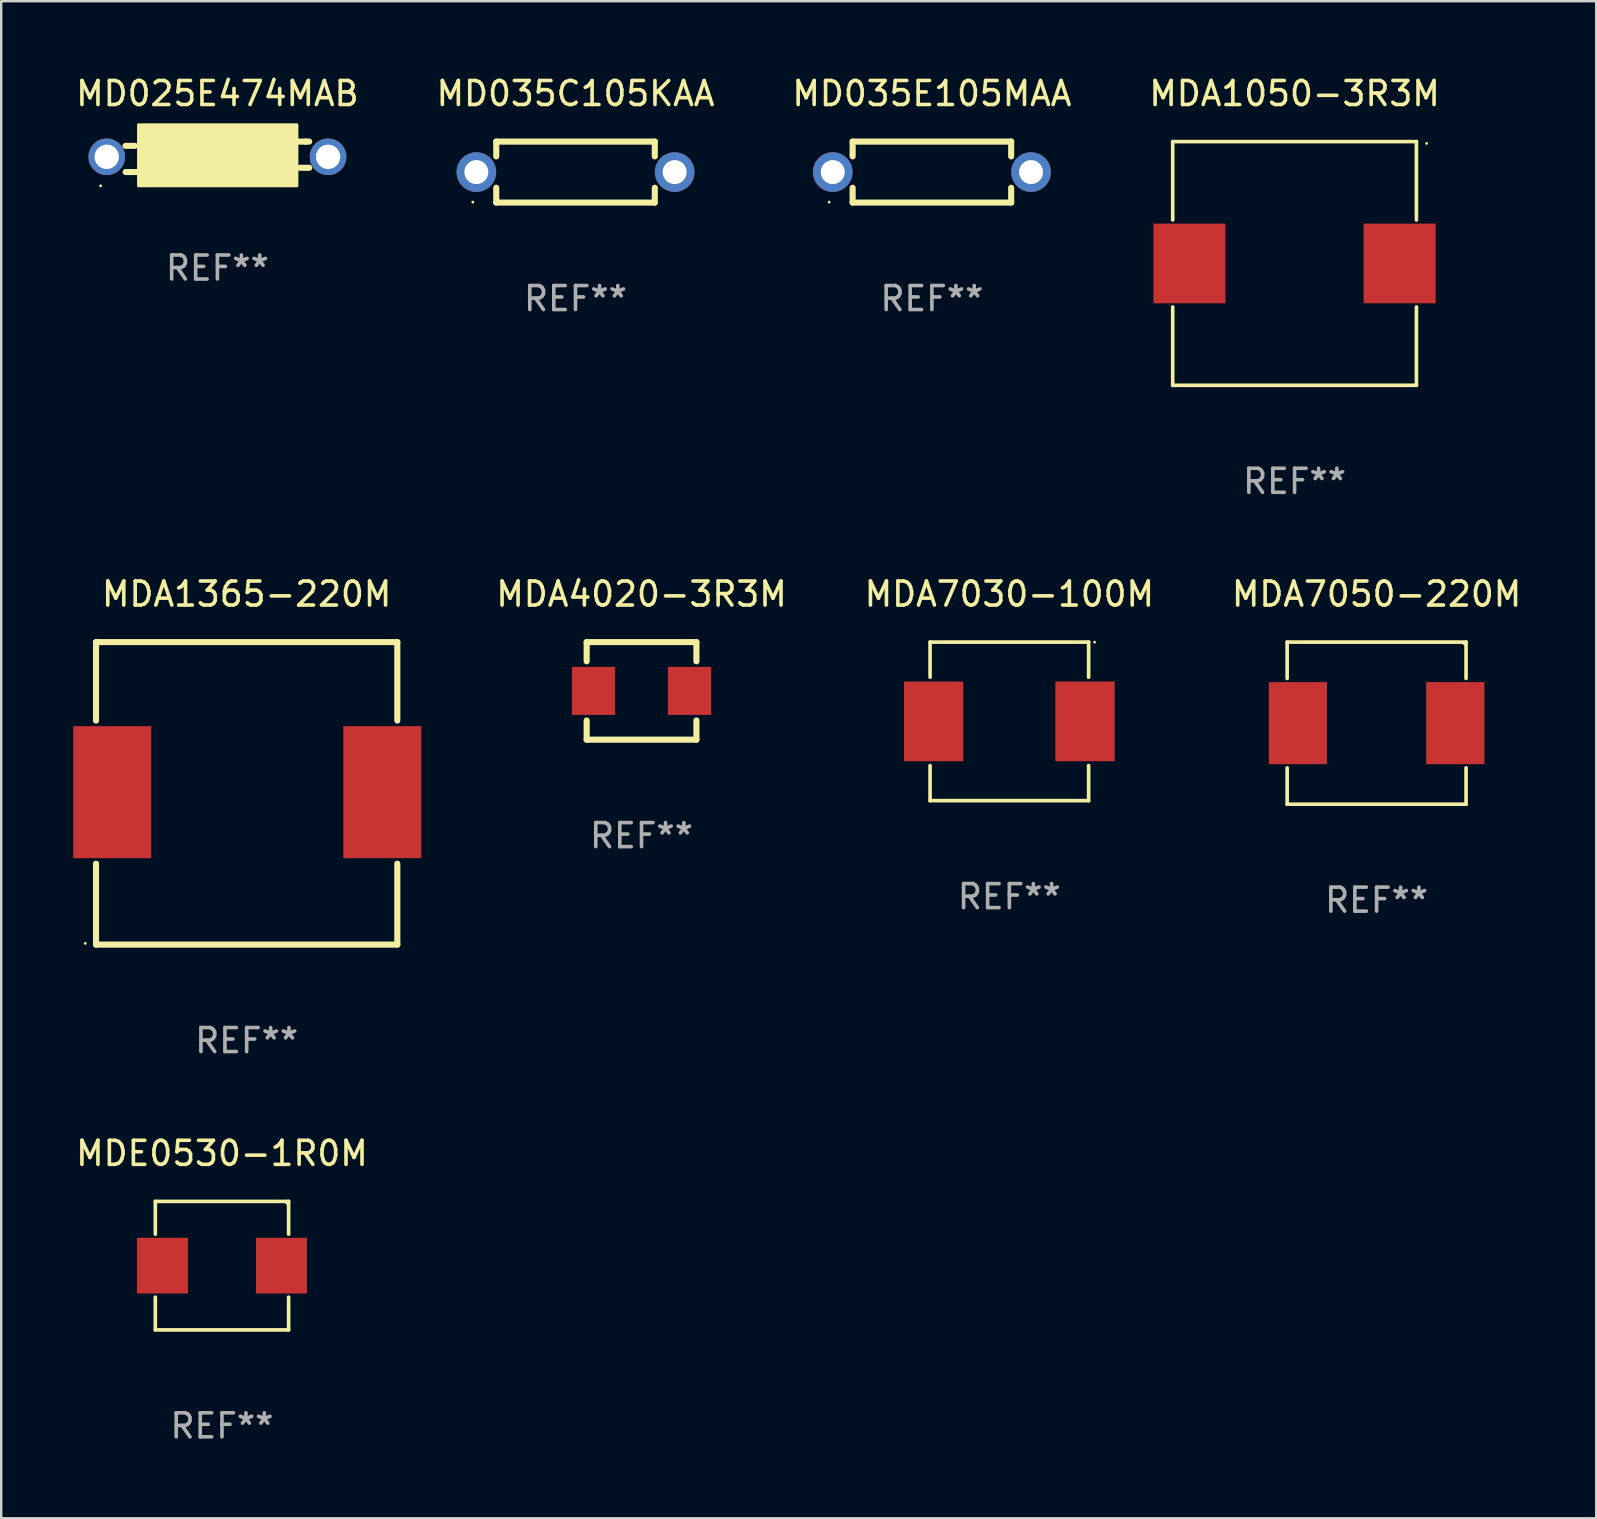
<source format=kicad_pcb>
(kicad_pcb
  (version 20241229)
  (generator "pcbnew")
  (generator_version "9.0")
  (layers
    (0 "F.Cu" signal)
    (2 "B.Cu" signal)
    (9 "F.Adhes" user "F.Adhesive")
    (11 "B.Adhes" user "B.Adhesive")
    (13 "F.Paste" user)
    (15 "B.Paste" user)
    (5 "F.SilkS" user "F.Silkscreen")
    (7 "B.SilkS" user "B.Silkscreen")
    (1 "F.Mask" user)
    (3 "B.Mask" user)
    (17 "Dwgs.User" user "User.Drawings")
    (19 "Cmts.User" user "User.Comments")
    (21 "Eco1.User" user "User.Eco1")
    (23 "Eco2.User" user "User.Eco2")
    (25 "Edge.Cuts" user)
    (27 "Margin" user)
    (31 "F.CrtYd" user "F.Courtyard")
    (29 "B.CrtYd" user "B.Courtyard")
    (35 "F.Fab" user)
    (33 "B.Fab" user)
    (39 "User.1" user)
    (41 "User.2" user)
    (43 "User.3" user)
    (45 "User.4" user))
  (footprint "MD035C105KAA"
    (layer "F.Cu")
    (at 20.923 4.118)
    (property "Reference" "MD035C105KAA" (at 0 -3.27 0) (layer "F.SilkS") (effects (font (size 1 1) (thickness 0.15))))
    (attr through_hole)
    (fp_line (start -3.302 -1.27) (end -3.302 -0.654) (stroke (width 0.254) (type solid)) (layer "F.SilkS"))
    (fp_line (start -3.302 0.654) (end -3.302 1.27) (stroke (width 0.254) (type solid)) (layer "F.SilkS"))
    (fp_line (start -3.302 1.27) (end 3.302 1.27) (stroke (width 0.254) (type solid)) (layer "F.SilkS"))
    (fp_line (start 3.302 -1.27) (end -3.302 -1.27) (stroke (width 0.254) (type solid)) (layer "F.SilkS"))
    (fp_line (start 3.302 -0.654) (end 3.302 -1.27) (stroke (width 0.254) (type solid)) (layer "F.SilkS"))
    (fp_line (start 3.302 1.27) (end 3.302 0.654) (stroke (width 0.254) (type solid)) (layer "F.SilkS"))
    (fp_circle (center -4.28 1.25) (end -4.25 1.25) (stroke (width 0.06) (type solid)) (fill no) (layer "F.SilkS"))
    (fp_text user "REF**" (at 0 5.27 0) (layer "F.Fab") (effects (font (size 1 1) (thickness 0.15))))
    (pad "1" thru_hole circle (at -4.13 0) (size 1.65 1.65) (drill 1) (layers "*.Cu" "*.Mask"))
    (pad "2" thru_hole circle (at 4.13 0) (size 1.65 1.65) (drill 1) (layers "*.Cu" "*.Mask")))
  (footprint "MDE0530-1R0M"
    (layer "F.Cu")
    (at 6.196 49.67)
    (property "Reference" "MDE0530-1R0M" (at 0 -4.676 0) (layer "F.SilkS") (effects (font (size 1 1) (thickness 0.15))))
    (attr through_hole)
    (fp_line (start -2.776 -2.676) (end 2.776 -2.676) (stroke (width 0.152) (type solid)) (layer "F.SilkS"))
    (fp_line (start -2.776 -1.312) (end -2.776 -2.676) (stroke (width 0.152) (type solid)) (layer "F.SilkS"))
    (fp_line (start -2.776 1.312) (end -2.776 2.676) (stroke (width 0.152) (type solid)) (layer "F.SilkS"))
    (fp_line (start -2.776 2.676) (end 2.776 2.676) (stroke (width 0.152) (type solid)) (layer "F.SilkS"))
    (fp_line (start 2.776 -2.676) (end 2.776 -1.312) (stroke (width 0.152) (type solid)) (layer "F.SilkS"))
    (fp_line (start 2.776 2.676) (end 2.776 1.312) (stroke (width 0.152) (type solid)) (layer "F.SilkS"))
    (fp_circle (center 2.7 -2.6) (end 2.73 -2.6) (stroke (width 0.06) (type solid)) (fill no) (layer "F.SilkS"))
    (fp_text user "REF**" (at 0 6.676 0) (layer "F.Fab") (effects (font (size 1 1) (thickness 0.15))))
    (pad "1" smd rect (at 2.478 0) (size 2.124 2.32) (layers "F.Cu" "F.Mask" "F.Paste"))
    (pad "2" smd rect (at -2.478 0) (size 2.124 2.32) (layers "F.Cu" "F.Mask" "F.Paste")))
  (footprint "MDA4020-3R3M"
    (layer "F.Cu")
    (at 23.673 25.729)
    (property "Reference" "MDA4020-3R3M" (at 0 -4.032 0) (layer "F.SilkS") (effects (font (size 1 1) (thickness 0.15))))
    (attr through_hole)
    (fp_line (start -2.286 -2.032) (end 2.286 -2.032) (stroke (width 0.254) (type solid)) (layer "F.SilkS"))
    (fp_line (start -2.286 -1.231) (end -2.286 -2.032) (stroke (width 0.254) (type solid)) (layer "F.SilkS"))
    (fp_line (start -2.286 2.032) (end -2.286 1.231) (stroke (width 0.254) (type solid)) (layer "F.SilkS"))
    (fp_line (start 2.286 -2.032) (end 2.286 -1.231) (stroke (width 0.254) (type solid)) (layer "F.SilkS"))
    (fp_line (start 2.286 1.231) (end 2.286 2.032) (stroke (width 0.254) (type solid)) (layer "F.SilkS"))
    (fp_line (start 2.286 2.032) (end -2.286 2.032) (stroke (width 0.254) (type solid)) (layer "F.SilkS"))
    (fp_circle (center -2.25 2.05) (end -2.22 2.05) (stroke (width 0.06) (type solid)) (fill no) (layer "F.SilkS"))
    (fp_text user "REF**" (at 0 6.032 0) (layer "F.Fab") (effects (font (size 1 1) (thickness 0.15))))
    (pad "1" smd rect (at -2 0 90) (size 2 1.8) (layers "F.Cu" "F.Mask" "F.Paste"))
    (pad "2" smd rect (at 2 0 90) (size 2 1.8) (layers "F.Cu" "F.Mask" "F.Paste")))
  (footprint "MD025E474MAB"
    (layer "F.Cu")
    (at 6.006 3.482)
    (property "Reference" "MD025E474MAB" (at 0 -2.634 0) (layer "F.SilkS") (effects (font (size 1 1) (thickness 0.15))))
    (attr through_hole)
    (fp_line (start -3.673 0.634) (end -3.823 0.634) (stroke (width 0.254) (type solid)) (layer "F.SilkS"))
    (fp_line (start -3.438 -0.457) (end -3.828 -0.457) (stroke (width 0.254) (type solid)) (layer "F.SilkS"))
    (fp_line (start -3.353 0.634) (end -3.673 0.634) (stroke (width 0.254) (type solid)) (layer "F.SilkS"))
    (fp_line (start 3.353 -0.634) (end 3.673 -0.634) (stroke (width 0.254) (type solid)) (layer "F.SilkS"))
    (fp_line (start 3.438 0.457) (end 3.828 0.457) (stroke (width 0.254) (type solid)) (layer "F.SilkS"))
    (fp_line (start 3.673 -0.634) (end 3.823 -0.634) (stroke (width 0.254) (type solid)) (layer "F.SilkS"))
    (fp_circle (center -4.864 1.208) (end -4.834 1.208) (stroke (width 0.06) (type solid)) (fill no) (layer "F.SilkS"))
    (fp_poly (pts (xy -3.287 -1.335) (xy 3.313 -1.335) (xy 3.313 1.208) (xy -3.287 1.208)) (stroke (width 0.12) (type solid)) (fill yes) (layer "F.SilkS"))
    (fp_text user "REF**" (at 0 4.634 0) (layer "F.Fab") (effects (font (size 1 1) (thickness 0.15))))
    (pad "1" thru_hole circle (at -4.61 -0.000013) (size 1.524 1.524) (drill 1.016) (layers "*.Cu" "*.Mask"))
    (pad "2" thru_hole circle (at 4.61 -0.000013) (size 1.524 1.524) (drill 1.016) (layers "*.Cu" "*.Mask")))
  (footprint "MDA7050-220M"
    (layer "F.Cu")
    (at 54.292 27.073)
    (property "Reference" "MDA7050-220M" (at 0 -5.376 0) (layer "F.SilkS") (effects (font (size 1 1) (thickness 0.15))))
    (attr through_hole)
    (fp_line (start -3.726 -3.376) (end 3.726 -3.376) (stroke (width 0.152) (type solid)) (layer "F.SilkS"))
    (fp_line (start -3.726 -1.862) (end -3.726 -3.376) (stroke (width 0.152) (type solid)) (layer "F.SilkS"))
    (fp_line (start -3.726 1.862) (end -3.726 3.376) (stroke (width 0.152) (type solid)) (layer "F.SilkS"))
    (fp_line (start -3.726 3.376) (end 3.726 3.376) (stroke (width 0.152) (type solid)) (layer "F.SilkS"))
    (fp_line (start 3.726 -3.376) (end 3.726 -1.862) (stroke (width 0.152) (type solid)) (layer "F.SilkS"))
    (fp_line (start 3.726 3.376) (end 3.726 1.862) (stroke (width 0.152) (type solid)) (layer "F.SilkS"))
    (fp_circle (center 3.65 -3.3) (end 3.68 -3.3) (stroke (width 0.06) (type solid)) (fill no) (layer "F.SilkS"))
    (fp_text user "REF**" (at 0 7.376 0) (layer "F.Fab") (effects (font (size 1 1) (thickness 0.15))))
    (pad "1" smd rect (at 3.278 0) (size 2.424 3.42) (layers "F.Cu" "F.Mask" "F.Paste"))
    (pad "2" smd rect (at -3.278 0) (size 2.424 3.42) (layers "F.Cu" "F.Mask" "F.Paste")))
  (footprint "MDA1365-220M"
    (layer "F.Cu")
    (at 7.225 29.997)
    (property "Reference" "MDA1365-220M" (at 0 -8.3 0) (layer "F.SilkS") (effects (font (size 1 1) (thickness 0.15))))
    (attr through_hole)
    (fp_line (start -6.275 -6.3) (end 6.275 -6.3) (stroke (width 0.254) (type solid)) (layer "F.SilkS"))
    (fp_line (start -6.275 -3.031) (end -6.275 -6.3) (stroke (width 0.254) (type solid)) (layer "F.SilkS"))
    (fp_line (start -6.275 6.3) (end -6.275 2.931) (stroke (width 0.254) (type solid)) (layer "F.SilkS"))
    (fp_line (start 6.275 -6.3) (end 6.275 -3.031) (stroke (width 0.254) (type solid)) (layer "F.SilkS"))
    (fp_line (start 6.275 2.931) (end 6.275 6.3) (stroke (width 0.254) (type solid)) (layer "F.SilkS"))
    (fp_line (start 6.275 6.3) (end -6.275 6.3) (stroke (width 0.254) (type solid)) (layer "F.SilkS"))
    (fp_circle (center -6.725 6.25) (end -6.695 6.25) (stroke (width 0.06) (type solid)) (fill no) (layer "F.SilkS"))
    (fp_text user "REF**" (at 0 10.3 0) (layer "F.Fab") (effects (font (size 1 1) (thickness 0.15))))
    (pad "1" smd rect (at -5.6 -0.05) (size 3.25 5.5) (layers "F.Cu" "F.Mask" "F.Paste"))
    (pad "2" smd rect (at 5.65 -0.05) (size 3.25 5.5) (layers "F.Cu" "F.Mask" "F.Paste")))
  (footprint "MD035E105MAA"
    (layer "F.Cu")
    (at 35.768 4.118)
    (property "Reference" "MD035E105MAA" (at 0 -3.27 0) (layer "F.SilkS") (effects (font (size 1 1) (thickness 0.15))))
    (attr through_hole)
    (fp_line (start -3.302 -1.27) (end -3.302 -0.654) (stroke (width 0.254) (type solid)) (layer "F.SilkS"))
    (fp_line (start -3.302 0.654) (end -3.302 1.27) (stroke (width 0.254) (type solid)) (layer "F.SilkS"))
    (fp_line (start -3.302 1.27) (end 3.302 1.27) (stroke (width 0.254) (type solid)) (layer "F.SilkS"))
    (fp_line (start 3.302 -1.27) (end -3.302 -1.27) (stroke (width 0.254) (type solid)) (layer "F.SilkS"))
    (fp_line (start 3.302 -0.654) (end 3.302 -1.27) (stroke (width 0.254) (type solid)) (layer "F.SilkS"))
    (fp_line (start 3.302 1.27) (end 3.302 0.654) (stroke (width 0.254) (type solid)) (layer "F.SilkS"))
    (fp_circle (center -4.28 1.25) (end -4.25 1.25) (stroke (width 0.06) (type solid)) (fill no) (layer "F.SilkS"))
    (fp_text user "REF**" (at 0 5.27 0) (layer "F.Fab") (effects (font (size 1 1) (thickness 0.15))))
    (pad "1" thru_hole circle (at -4.13 0) (size 1.65 1.65) (drill 1) (layers "*.Cu" "*.Mask"))
    (pad "2" thru_hole circle (at 4.13 0) (size 1.65 1.65) (drill 1) (layers "*.Cu" "*.Mask")))
  (footprint "MDA7030-100M"
    (layer "F.Cu")
    (at 38.994 26.999)
    (property "Reference" "MDA7030-100M" (at 0 -5.302 0) (layer "F.SilkS") (effects (font (size 1 1) (thickness 0.15))))
    (attr through_hole)
    (fp_line (start -3.302 -3.302) (end -3.302 -1.84) (stroke (width 0.152) (type solid)) (layer "F.SilkS"))
    (fp_line (start -3.302 1.84) (end -3.302 3.302) (stroke (width 0.152) (type solid)) (layer "F.SilkS"))
    (fp_line (start -3.302 3.302) (end 3.302 3.302) (stroke (width 0.152) (type solid)) (layer "F.SilkS"))
    (fp_line (start 3.302 -3.302) (end -3.302 -3.302) (stroke (width 0.152) (type solid)) (layer "F.SilkS"))
    (fp_line (start 3.302 -1.84) (end 3.302 -3.302) (stroke (width 0.152) (type solid)) (layer "F.SilkS"))
    (fp_line (start 3.302 3.302) (end 3.302 1.84) (stroke (width 0.152) (type solid)) (layer "F.SilkS"))
    (fp_circle (center 3.55 -3.3) (end 3.58 -3.3) (stroke (width 0.06) (type solid)) (fill no) (layer "F.SilkS"))
    (fp_text user "REF**" (at 0 7.302 0) (layer "F.Fab") (effects (font (size 1 1) (thickness 0.15))))
    (pad "1" smd rect (at 3.153 0) (size 2.474 3.32) (layers "F.Cu" "F.Mask" "F.Paste"))
    (pad "2" smd rect (at -3.153 0) (size 2.474 3.32) (layers "F.Cu" "F.Mask" "F.Paste")))
  (footprint "MDA1050-3R3M"
    (layer "F.Cu")
    (at 50.875 7.924)
    (property "Reference" "MDA1050-3R3M" (at 0 -7.076 0) (layer "F.SilkS") (effects (font (size 1 1) (thickness 0.15))))
    (attr through_hole)
    (fp_line (start -5.076 -5.076) (end 5.076 -5.076) (stroke (width 0.152) (type solid)) (layer "F.SilkS"))
    (fp_line (start -5.076 -1.812) (end -5.076 -5.076) (stroke (width 0.152) (type solid)) (layer "F.SilkS"))
    (fp_line (start -5.076 1.812) (end -5.076 5.076) (stroke (width 0.152) (type solid)) (layer "F.SilkS"))
    (fp_line (start -5.076 5.076) (end 5.076 5.076) (stroke (width 0.152) (type solid)) (layer "F.SilkS"))
    (fp_line (start 5.076 -5.076) (end 5.076 -1.812) (stroke (width 0.152) (type solid)) (layer "F.SilkS"))
    (fp_line (start 5.076 5.076) (end 5.076 1.812) (stroke (width 0.152) (type solid)) (layer "F.SilkS"))
    (fp_circle (center 5.5 -5) (end 5.53 -5) (stroke (width 0.06) (type solid)) (fill no) (layer "F.SilkS"))
    (fp_text user "REF**" (at 0 9.076 0) (layer "F.Fab") (effects (font (size 1 1) (thickness 0.15))))
    (pad "1" smd rect (at 4.378 0) (size 3 3.32) (layers "F.Cu" "F.Mask" "F.Paste"))
    (pad "2" smd rect (at -4.378 0) (size 3 3.32) (layers "F.Cu" "F.Mask" "F.Paste")))
  (gr_rect
    (start -3 -3)
    (end 63.44 60.194)
    (stroke (width 0.1) (type default))
    (fill no)
    (layer "Edge.Cuts")))
</source>
